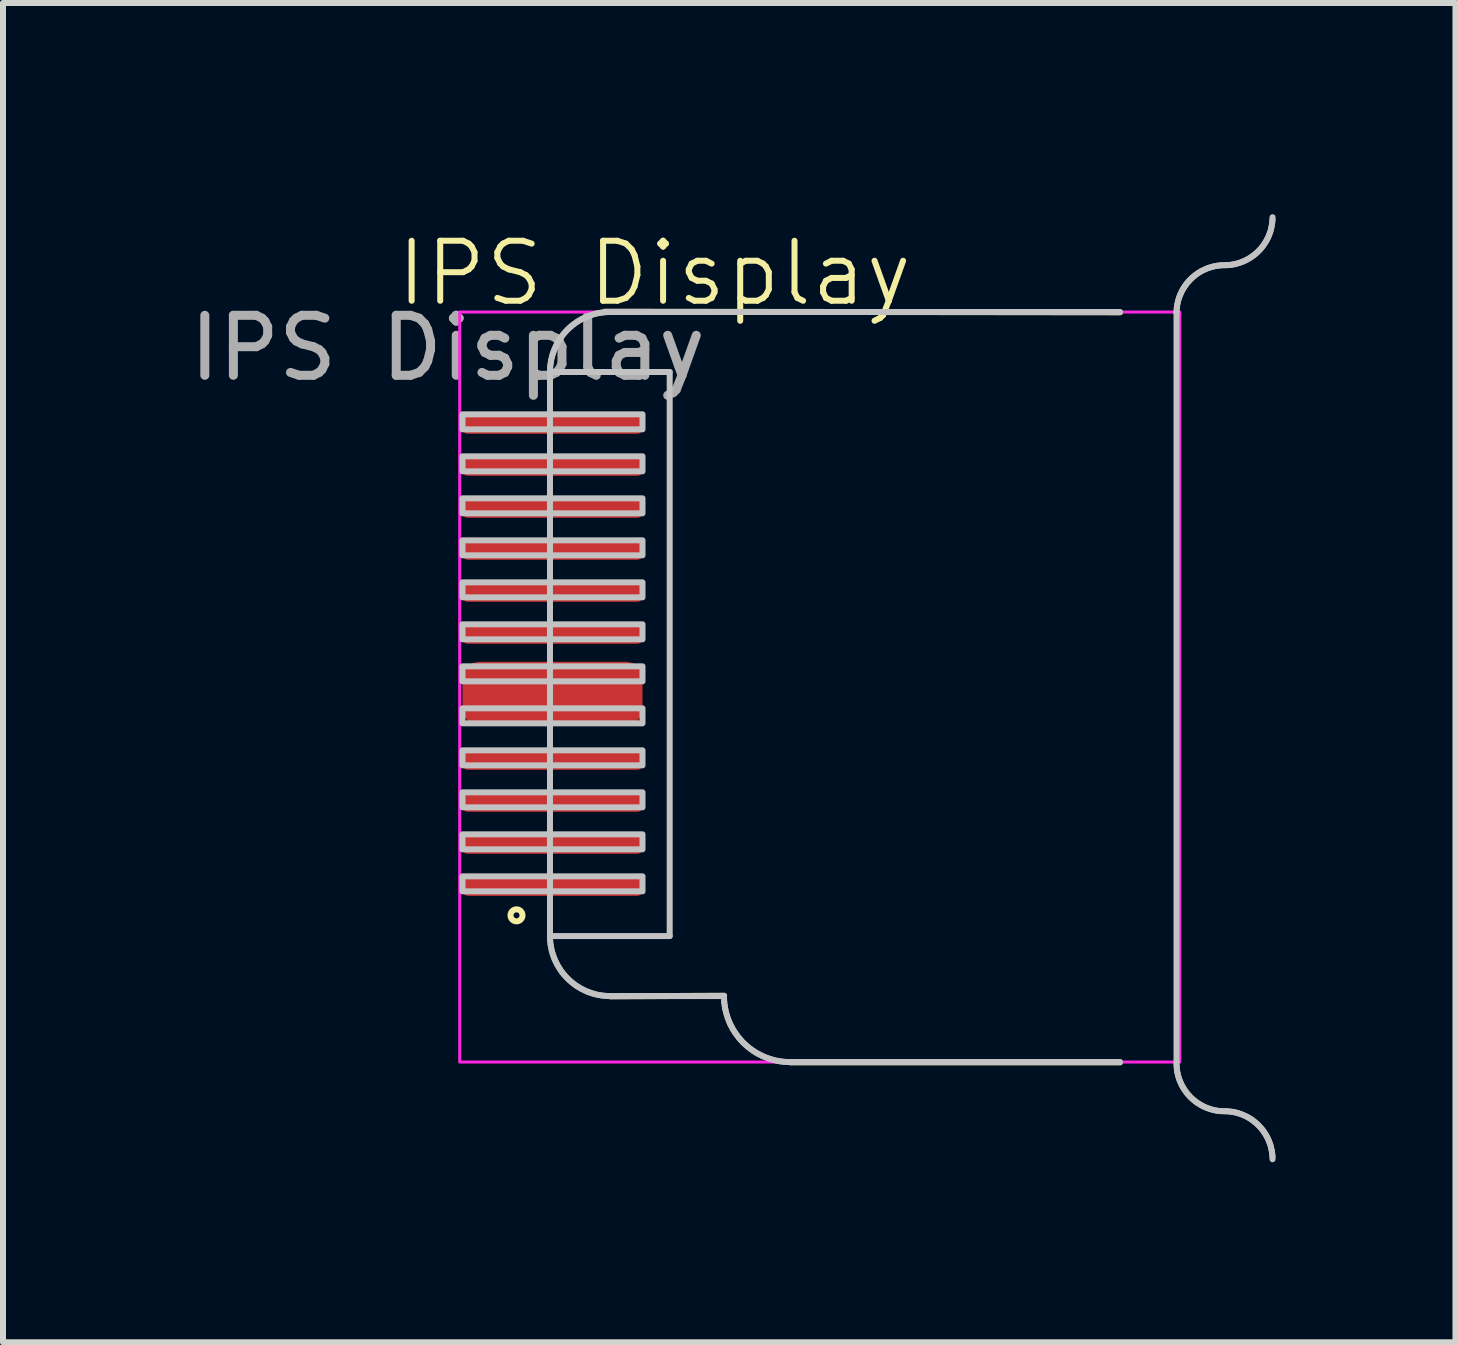
<source format=kicad_pcb>
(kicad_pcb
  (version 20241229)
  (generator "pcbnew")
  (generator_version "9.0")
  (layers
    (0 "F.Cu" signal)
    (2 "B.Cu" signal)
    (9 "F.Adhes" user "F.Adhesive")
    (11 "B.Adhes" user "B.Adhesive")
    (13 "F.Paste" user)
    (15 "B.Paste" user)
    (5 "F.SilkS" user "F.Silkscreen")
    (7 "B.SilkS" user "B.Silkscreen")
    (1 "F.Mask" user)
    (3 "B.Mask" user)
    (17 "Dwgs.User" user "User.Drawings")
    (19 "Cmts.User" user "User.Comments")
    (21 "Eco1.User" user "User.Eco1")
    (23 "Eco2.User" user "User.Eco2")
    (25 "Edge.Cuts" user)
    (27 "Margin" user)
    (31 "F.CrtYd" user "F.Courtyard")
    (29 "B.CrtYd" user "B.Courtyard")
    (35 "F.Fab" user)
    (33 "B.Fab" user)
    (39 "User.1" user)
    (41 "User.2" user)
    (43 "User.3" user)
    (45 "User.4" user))
  (footprint "IPS Display"
    (layer "F.Cu")
    (at 4.411 0.25)
    (property "Reference" "IPS Display" (at 3.447 1.255 0) (unlocked yes) (layer "F.SilkS") (effects (font (size 1 1) (thickness 0.1))))
    (attr smd)
    (fp_rect (start 0.247 3.58) (end 3.247 11.63) (stroke (width 0.1) (type solid)) (fill yes) (layer "F.Mask"))
    (fp_line (start 4.607 13.295) (end 2.707 13.305) (stroke (width 0.1) (type default)) (layer "F.SilkS"))
    (fp_line (start 11.207 1.905) (end 2.617 1.895) (stroke (width 0.1) (type default)) (layer "F.SilkS"))
    (fp_line (start 11.207 14.405) (end 5.707 14.405) (stroke (width 0.1) (type default)) (layer "F.SilkS"))
    (fp_circle (center 1.147 11.955) (end 1.147 12.055) (stroke (width 0.1) (type default)) (fill no) (layer "F.SilkS"))
    (fp_line (start 1.705 2.9) (end 1.706 2.849) (stroke (width 0.1) (type solid)) (layer "Dwgs.User"))
    (fp_line (start 1.705 2.9) (end 3.7 2.9) (stroke (width 0.1) (type solid)) (layer "Dwgs.User"))
    (fp_line (start 1.705 12.3) (end 1.705 2.9) (stroke (width 0.1) (type solid)) (layer "Dwgs.User"))
    (fp_line (start 1.705 12.3) (end 3.7 12.3) (stroke (width 0.1) (type solid)) (layer "Dwgs.User"))
    (fp_line (start 1.706 12.35) (end 1.705 12.3) (stroke (width 0.1) (type solid)) (layer "Dwgs.User"))
    (fp_line (start 1.706 2.849) (end 1.71 2.798) (stroke (width 0.1) (type solid)) (layer "Dwgs.User"))
    (fp_line (start 1.71 12.399) (end 1.706 12.35) (stroke (width 0.1) (type solid)) (layer "Dwgs.User"))
    (fp_line (start 1.71 2.798) (end 1.717 2.748) (stroke (width 0.1) (type solid)) (layer "Dwgs.User"))
    (fp_line (start 1.716 12.448) (end 1.71 12.399) (stroke (width 0.1) (type solid)) (layer "Dwgs.User"))
    (fp_line (start 1.717 2.748) (end 1.725 2.698) (stroke (width 0.1) (type solid)) (layer "Dwgs.User"))
    (fp_line (start 1.724 12.496) (end 1.716 12.448) (stroke (width 0.1) (type solid)) (layer "Dwgs.User"))
    (fp_line (start 1.725 2.698) (end 1.737 2.65) (stroke (width 0.1) (type solid)) (layer "Dwgs.User"))
    (fp_line (start 1.735 12.544) (end 1.724 12.496) (stroke (width 0.1) (type solid)) (layer "Dwgs.User"))
    (fp_line (start 1.737 2.65) (end 1.75 2.603) (stroke (width 0.1) (type solid)) (layer "Dwgs.User"))
    (fp_line (start 1.748 12.591) (end 1.735 12.544) (stroke (width 0.1) (type solid)) (layer "Dwgs.User"))
    (fp_line (start 1.75 2.603) (end 1.766 2.556) (stroke (width 0.1) (type solid)) (layer "Dwgs.User"))
    (fp_line (start 1.764 12.637) (end 1.748 12.591) (stroke (width 0.1) (type solid)) (layer "Dwgs.User"))
    (fp_line (start 1.766 2.556) (end 1.784 2.511) (stroke (width 0.1) (type solid)) (layer "Dwgs.User"))
    (fp_line (start 1.781 12.683) (end 1.764 12.637) (stroke (width 0.1) (type solid)) (layer "Dwgs.User"))
    (fp_line (start 1.784 2.511) (end 1.804 2.466) (stroke (width 0.1) (type solid)) (layer "Dwgs.User"))
    (fp_line (start 1.801 12.727) (end 1.781 12.683) (stroke (width 0.1) (type solid)) (layer "Dwgs.User"))
    (fp_line (start 1.804 2.466) (end 1.826 2.423) (stroke (width 0.1) (type solid)) (layer "Dwgs.User"))
    (fp_line (start 1.823 12.771) (end 1.801 12.727) (stroke (width 0.1) (type solid)) (layer "Dwgs.User"))
    (fp_line (start 1.826 2.423) (end 1.85 2.381) (stroke (width 0.1) (type solid)) (layer "Dwgs.User"))
    (fp_line (start 1.847 12.813) (end 1.823 12.771) (stroke (width 0.1) (type solid)) (layer "Dwgs.User"))
    (fp_line (start 1.85 2.381) (end 1.876 2.341) (stroke (width 0.1) (type solid)) (layer "Dwgs.User"))
    (fp_line (start 1.873 12.855) (end 1.847 12.813) (stroke (width 0.1) (type solid)) (layer "Dwgs.User"))
    (fp_line (start 1.876 2.341) (end 1.904 2.302) (stroke (width 0.1) (type solid)) (layer "Dwgs.User"))
    (fp_line (start 1.901 12.895) (end 1.873 12.855) (stroke (width 0.1) (type solid)) (layer "Dwgs.User"))
    (fp_line (start 1.904 2.302) (end 1.933 2.264) (stroke (width 0.1) (type solid)) (layer "Dwgs.User"))
    (fp_line (start 1.931 12.934) (end 1.901 12.895) (stroke (width 0.1) (type solid)) (layer "Dwgs.User"))
    (fp_line (start 1.933 2.264) (end 1.965 2.228) (stroke (width 0.1) (type solid)) (layer "Dwgs.User"))
    (fp_line (start 1.964 12.971) (end 1.931 12.934) (stroke (width 0.1) (type solid)) (layer "Dwgs.User"))
    (fp_line (start 1.965 2.228) (end 1.998 2.193) (stroke (width 0.1) (type solid)) (layer "Dwgs.User"))
    (fp_line (start 1.998 2.193) (end 2.033 2.16) (stroke (width 0.1) (type solid)) (layer "Dwgs.User"))
    (fp_line (start 1.998 13.007) (end 1.964 12.971) (stroke (width 0.1) (type solid)) (layer "Dwgs.User"))
    (fp_line (start 2.033 2.16) (end 2.069 2.128) (stroke (width 0.1) (type solid)) (layer "Dwgs.User"))
    (fp_line (start 2.034 13.041) (end 1.998 13.007) (stroke (width 0.1) (type solid)) (layer "Dwgs.User"))
    (fp_line (start 2.069 2.128) (end 2.107 2.099) (stroke (width 0.1) (type solid)) (layer "Dwgs.User"))
    (fp_line (start 2.071 13.073) (end 2.034 13.041) (stroke (width 0.1) (type solid)) (layer "Dwgs.User"))
    (fp_line (start 2.107 2.099) (end 2.146 2.071) (stroke (width 0.1) (type solid)) (layer "Dwgs.User"))
    (fp_line (start 2.11 13.104) (end 2.071 13.073) (stroke (width 0.1) (type solid)) (layer "Dwgs.User"))
    (fp_line (start 2.146 2.071) (end 2.186 2.045) (stroke (width 0.1) (type solid)) (layer "Dwgs.User"))
    (fp_line (start 2.15 13.132) (end 2.11 13.104) (stroke (width 0.1) (type solid)) (layer "Dwgs.User"))
    (fp_line (start 2.186 2.045) (end 2.228 2.021) (stroke (width 0.1) (type solid)) (layer "Dwgs.User"))
    (fp_line (start 2.192 13.158) (end 2.15 13.132) (stroke (width 0.1) (type solid)) (layer "Dwgs.User"))
    (fp_line (start 2.228 2.021) (end 2.271 1.999) (stroke (width 0.1) (type solid)) (layer "Dwgs.User"))
    (fp_line (start 2.234 13.182) (end 2.192 13.158) (stroke (width 0.1) (type solid)) (layer "Dwgs.User"))
    (fp_line (start 2.271 1.999) (end 2.316 1.979) (stroke (width 0.1) (type solid)) (layer "Dwgs.User"))
    (fp_line (start 2.278 13.204) (end 2.234 13.182) (stroke (width 0.1) (type solid)) (layer "Dwgs.User"))
    (fp_line (start 2.316 1.979) (end 2.361 1.961) (stroke (width 0.1) (type solid)) (layer "Dwgs.User"))
    (fp_line (start 2.322 13.224) (end 2.278 13.204) (stroke (width 0.1) (type solid)) (layer "Dwgs.User"))
    (fp_line (start 2.361 1.961) (end 2.408 1.945) (stroke (width 0.1) (type solid)) (layer "Dwgs.User"))
    (fp_line (start 2.368 13.241) (end 2.322 13.224) (stroke (width 0.1) (type solid)) (layer "Dwgs.User"))
    (fp_line (start 2.408 1.945) (end 2.455 1.931) (stroke (width 0.1) (type solid)) (layer "Dwgs.User"))
    (fp_line (start 2.414 13.257) (end 2.368 13.241) (stroke (width 0.1) (type solid)) (layer "Dwgs.User"))
    (fp_line (start 2.455 1.931) (end 2.503 1.92) (stroke (width 0.1) (type solid)) (layer "Dwgs.User"))
    (fp_line (start 2.461 13.27) (end 2.414 13.257) (stroke (width 0.1) (type solid)) (layer "Dwgs.User"))
    (fp_line (start 2.503 1.92) (end 2.553 1.912) (stroke (width 0.1) (type solid)) (layer "Dwgs.User"))
    (fp_line (start 2.509 13.281) (end 2.461 13.27) (stroke (width 0.1) (type solid)) (layer "Dwgs.User"))
    (fp_line (start 2.553 1.912) (end 2.603 1.905) (stroke (width 0.1) (type solid)) (layer "Dwgs.User"))
    (fp_line (start 2.557 13.289) (end 2.509 13.281) (stroke (width 0.1) (type solid)) (layer "Dwgs.User"))
    (fp_line (start 2.603 1.905) (end 2.654 1.901) (stroke (width 0.1) (type solid)) (layer "Dwgs.User"))
    (fp_line (start 2.606 13.295) (end 2.557 13.289) (stroke (width 0.1) (type solid)) (layer "Dwgs.User"))
    (fp_line (start 2.654 1.901) (end 2.705 1.9) (stroke (width 0.1) (type solid)) (layer "Dwgs.User"))
    (fp_line (start 2.655 13.299) (end 2.606 13.295) (stroke (width 0.1) (type solid)) (layer "Dwgs.User"))
    (fp_line (start 2.705 1.9) (end 11.205 1.9) (stroke (width 0.1) (type solid)) (layer "Dwgs.User"))
    (fp_line (start 2.705 13.3) (end 2.655 13.299) (stroke (width 0.1) (type solid)) (layer "Dwgs.User"))
    (fp_line (start 2.705 13.3) (end 4.605 13.3) (stroke (width 0.1) (type solid)) (layer "Dwgs.User"))
    (fp_line (start 3.7 2.9) (end 3.7 12.3) (stroke (width 0.1) (type solid)) (layer "Dwgs.User"))
    (fp_line (start 4.605 13.3) (end 4.605 13.3) (stroke (width 0.1) (type solid)) (layer "Dwgs.User"))
    (fp_line (start 4.606 13.354) (end 4.605 13.3) (stroke (width 0.1) (type solid)) (layer "Dwgs.User"))
    (fp_line (start 4.61 13.409) (end 4.606 13.354) (stroke (width 0.1) (type solid)) (layer "Dwgs.User"))
    (fp_line (start 4.617 13.462) (end 4.61 13.409) (stroke (width 0.1) (type solid)) (layer "Dwgs.User"))
    (fp_line (start 4.626 13.515) (end 4.617 13.462) (stroke (width 0.1) (type solid)) (layer "Dwgs.User"))
    (fp_line (start 4.638 13.568) (end 4.626 13.515) (stroke (width 0.1) (type solid)) (layer "Dwgs.User"))
    (fp_line (start 4.653 13.62) (end 4.638 13.568) (stroke (width 0.1) (type solid)) (layer "Dwgs.User"))
    (fp_line (start 4.669 13.671) (end 4.653 13.62) (stroke (width 0.1) (type solid)) (layer "Dwgs.User"))
    (fp_line (start 4.689 13.721) (end 4.669 13.671) (stroke (width 0.1) (type solid)) (layer "Dwgs.User"))
    (fp_line (start 4.71 13.77) (end 4.689 13.721) (stroke (width 0.1) (type solid)) (layer "Dwgs.User"))
    (fp_line (start 4.735 13.818) (end 4.71 13.77) (stroke (width 0.1) (type solid)) (layer "Dwgs.User"))
    (fp_line (start 4.761 13.865) (end 4.735 13.818) (stroke (width 0.1) (type solid)) (layer "Dwgs.User"))
    (fp_line (start 4.79 13.91) (end 4.761 13.865) (stroke (width 0.1) (type solid)) (layer "Dwgs.User"))
    (fp_line (start 4.821 13.954) (end 4.79 13.91) (stroke (width 0.1) (type solid)) (layer "Dwgs.User"))
    (fp_line (start 4.854 13.997) (end 4.821 13.954) (stroke (width 0.1) (type solid)) (layer "Dwgs.User"))
    (fp_line (start 4.89 14.038) (end 4.854 13.997) (stroke (width 0.1) (type solid)) (layer "Dwgs.User"))
    (fp_line (start 4.927 14.078) (end 4.89 14.038) (stroke (width 0.1) (type solid)) (layer "Dwgs.User"))
    (fp_line (start 4.967 14.115) (end 4.927 14.078) (stroke (width 0.1) (type solid)) (layer "Dwgs.User"))
    (fp_line (start 5.008 14.151) (end 4.967 14.115) (stroke (width 0.1) (type solid)) (layer "Dwgs.User"))
    (fp_line (start 5.051 14.184) (end 5.008 14.151) (stroke (width 0.1) (type solid)) (layer "Dwgs.User"))
    (fp_line (start 5.095 14.215) (end 5.051 14.184) (stroke (width 0.1) (type solid)) (layer "Dwgs.User"))
    (fp_line (start 5.14 14.244) (end 5.095 14.215) (stroke (width 0.1) (type solid)) (layer "Dwgs.User"))
    (fp_line (start 5.187 14.27) (end 5.14 14.244) (stroke (width 0.1) (type solid)) (layer "Dwgs.User"))
    (fp_line (start 5.235 14.294) (end 5.187 14.27) (stroke (width 0.1) (type solid)) (layer "Dwgs.User"))
    (fp_line (start 5.284 14.316) (end 5.235 14.294) (stroke (width 0.1) (type solid)) (layer "Dwgs.User"))
    (fp_line (start 5.334 14.335) (end 5.284 14.316) (stroke (width 0.1) (type solid)) (layer "Dwgs.User"))
    (fp_line (start 5.385 14.352) (end 5.334 14.335) (stroke (width 0.1) (type solid)) (layer "Dwgs.User"))
    (fp_line (start 5.437 14.367) (end 5.385 14.352) (stroke (width 0.1) (type solid)) (layer "Dwgs.User"))
    (fp_line (start 5.489 14.379) (end 5.437 14.367) (stroke (width 0.1) (type solid)) (layer "Dwgs.User"))
    (fp_line (start 5.543 14.388) (end 5.489 14.379) (stroke (width 0.1) (type solid)) (layer "Dwgs.User"))
    (fp_line (start 5.596 14.395) (end 5.543 14.388) (stroke (width 0.1) (type solid)) (layer "Dwgs.User"))
    (fp_line (start 5.65 14.399) (end 5.596 14.395) (stroke (width 0.1) (type solid)) (layer "Dwgs.User"))
    (fp_line (start 5.705 14.4) (end 11.205 14.4) (stroke (width 0.1) (type solid)) (layer "Dwgs.User"))
    (fp_line (start 5.705 14.4) (end 5.65 14.399) (stroke (width 0.1) (type solid)) (layer "Dwgs.User"))
    (fp_line (start 12.147 1.92) (end 12.147 14.42) (stroke (width 0.1) (type solid)) (layer "Dwgs.User"))
    (fp_line (start 12.147 14.42) (end 12.148 14.461) (stroke (width 0.1) (type solid)) (layer "Dwgs.User"))
    (fp_line (start 12.148 14.461) (end 12.151 14.502) (stroke (width 0.1) (type solid)) (layer "Dwgs.User"))
    (fp_line (start 12.148 1.879) (end 12.147 1.92) (stroke (width 0.1) (type solid)) (layer "Dwgs.User"))
    (fp_line (start 12.151 14.502) (end 12.156 14.542) (stroke (width 0.1) (type solid)) (layer "Dwgs.User"))
    (fp_line (start 12.151 1.838) (end 12.148 1.879) (stroke (width 0.1) (type solid)) (layer "Dwgs.User"))
    (fp_line (start 12.156 14.542) (end 12.163 14.581) (stroke (width 0.1) (type solid)) (layer "Dwgs.User"))
    (fp_line (start 12.156 1.798) (end 12.151 1.838) (stroke (width 0.1) (type solid)) (layer "Dwgs.User"))
    (fp_line (start 12.163 14.581) (end 12.172 14.62) (stroke (width 0.1) (type solid)) (layer "Dwgs.User"))
    (fp_line (start 12.163 1.759) (end 12.156 1.798) (stroke (width 0.1) (type solid)) (layer "Dwgs.User"))
    (fp_line (start 12.172 14.62) (end 12.183 14.658) (stroke (width 0.1) (type solid)) (layer "Dwgs.User"))
    (fp_line (start 12.172 1.72) (end 12.163 1.759) (stroke (width 0.1) (type solid)) (layer "Dwgs.User"))
    (fp_line (start 12.183 14.658) (end 12.195 14.695) (stroke (width 0.1) (type solid)) (layer "Dwgs.User"))
    (fp_line (start 12.183 1.682) (end 12.172 1.72) (stroke (width 0.1) (type solid)) (layer "Dwgs.User"))
    (fp_line (start 12.195 14.695) (end 12.21 14.731) (stroke (width 0.1) (type solid)) (layer "Dwgs.User"))
    (fp_line (start 12.195 1.645) (end 12.183 1.682) (stroke (width 0.1) (type solid)) (layer "Dwgs.User"))
    (fp_line (start 12.21 14.731) (end 12.226 14.767) (stroke (width 0.1) (type solid)) (layer "Dwgs.User"))
    (fp_line (start 12.21 1.609) (end 12.195 1.645) (stroke (width 0.1) (type solid)) (layer "Dwgs.User"))
    (fp_line (start 12.226 14.767) (end 12.243 14.801) (stroke (width 0.1) (type solid)) (layer "Dwgs.User"))
    (fp_line (start 12.226 1.573) (end 12.21 1.609) (stroke (width 0.1) (type solid)) (layer "Dwgs.User"))
    (fp_line (start 12.243 14.801) (end 12.263 14.835) (stroke (width 0.1) (type solid)) (layer "Dwgs.User"))
    (fp_line (start 12.243 1.539) (end 12.226 1.573) (stroke (width 0.1) (type solid)) (layer "Dwgs.User"))
    (fp_line (start 12.263 14.835) (end 12.283 14.867) (stroke (width 0.1) (type solid)) (layer "Dwgs.User"))
    (fp_line (start 12.263 1.505) (end 12.243 1.539) (stroke (width 0.1) (type solid)) (layer "Dwgs.User"))
    (fp_line (start 12.283 14.867) (end 12.306 14.898) (stroke (width 0.1) (type solid)) (layer "Dwgs.User"))
    (fp_line (start 12.283 1.473) (end 12.263 1.505) (stroke (width 0.1) (type solid)) (layer "Dwgs.User"))
    (fp_line (start 12.306 14.898) (end 12.329 14.929) (stroke (width 0.1) (type solid)) (layer "Dwgs.User"))
    (fp_line (start 12.306 1.441) (end 12.283 1.473) (stroke (width 0.1) (type solid)) (layer "Dwgs.User"))
    (fp_line (start 12.329 14.929) (end 12.355 14.958) (stroke (width 0.1) (type solid)) (layer "Dwgs.User"))
    (fp_line (start 12.329 1.411) (end 12.306 1.441) (stroke (width 0.1) (type solid)) (layer "Dwgs.User"))
    (fp_line (start 12.355 14.958) (end 12.381 14.986) (stroke (width 0.1) (type solid)) (layer "Dwgs.User"))
    (fp_line (start 12.355 1.382) (end 12.329 1.411) (stroke (width 0.1) (type solid)) (layer "Dwgs.User"))
    (fp_line (start 12.381 14.986) (end 12.409 15.012) (stroke (width 0.1) (type solid)) (layer "Dwgs.User"))
    (fp_line (start 12.381 1.354) (end 12.355 1.382) (stroke (width 0.1) (type solid)) (layer "Dwgs.User"))
    (fp_line (start 12.409 15.012) (end 12.438 15.037) (stroke (width 0.1) (type solid)) (layer "Dwgs.User"))
    (fp_line (start 12.409 1.328) (end 12.381 1.354) (stroke (width 0.1) (type solid)) (layer "Dwgs.User"))
    (fp_line (start 12.438 15.037) (end 12.468 15.061) (stroke (width 0.1) (type solid)) (layer "Dwgs.User"))
    (fp_line (start 12.438 1.303) (end 12.409 1.328) (stroke (width 0.1) (type solid)) (layer "Dwgs.User"))
    (fp_line (start 12.468 15.061) (end 12.499 15.083) (stroke (width 0.1) (type solid)) (layer "Dwgs.User"))
    (fp_line (start 12.468 1.279) (end 12.438 1.303) (stroke (width 0.1) (type solid)) (layer "Dwgs.User"))
    (fp_line (start 12.499 15.083) (end 12.532 15.104) (stroke (width 0.1) (type solid)) (layer "Dwgs.User"))
    (fp_line (start 12.499 1.257) (end 12.468 1.279) (stroke (width 0.1) (type solid)) (layer "Dwgs.User"))
    (fp_line (start 12.532 15.104) (end 12.565 15.123) (stroke (width 0.1) (type solid)) (layer "Dwgs.User"))
    (fp_line (start 12.532 1.236) (end 12.499 1.257) (stroke (width 0.1) (type solid)) (layer "Dwgs.User"))
    (fp_line (start 12.565 15.123) (end 12.6 15.141) (stroke (width 0.1) (type solid)) (layer "Dwgs.User"))
    (fp_line (start 12.565 1.216) (end 12.532 1.236) (stroke (width 0.1) (type solid)) (layer "Dwgs.User"))
    (fp_line (start 12.6 15.141) (end 12.635 15.157) (stroke (width 0.1) (type solid)) (layer "Dwgs.User"))
    (fp_line (start 12.6 1.199) (end 12.565 1.216) (stroke (width 0.1) (type solid)) (layer "Dwgs.User"))
    (fp_line (start 12.635 15.157) (end 12.672 15.171) (stroke (width 0.1) (type solid)) (layer "Dwgs.User"))
    (fp_line (start 12.635 1.183) (end 12.6 1.199) (stroke (width 0.1) (type solid)) (layer "Dwgs.User"))
    (fp_line (start 12.672 15.171) (end 12.709 15.184) (stroke (width 0.1) (type solid)) (layer "Dwgs.User"))
    (fp_line (start 12.672 1.168) (end 12.635 1.183) (stroke (width 0.1) (type solid)) (layer "Dwgs.User"))
    (fp_line (start 12.709 15.184) (end 12.747 15.195) (stroke (width 0.1) (type solid)) (layer "Dwgs.User"))
    (fp_line (start 12.709 1.156) (end 12.672 1.168) (stroke (width 0.1) (type solid)) (layer "Dwgs.User"))
    (fp_line (start 12.747 15.195) (end 12.785 15.204) (stroke (width 0.1) (type solid)) (layer "Dwgs.User"))
    (fp_line (start 12.747 1.145) (end 12.709 1.156) (stroke (width 0.1) (type solid)) (layer "Dwgs.User"))
    (fp_line (start 12.785 15.204) (end 12.825 15.211) (stroke (width 0.1) (type solid)) (layer "Dwgs.User"))
    (fp_line (start 12.786 1.136) (end 12.747 1.145) (stroke (width 0.1) (type solid)) (layer "Dwgs.User"))
    (fp_line (start 12.825 15.211) (end 12.865 15.216) (stroke (width 0.1) (type solid)) (layer "Dwgs.User"))
    (fp_line (start 12.825 1.129) (end 12.786 1.136) (stroke (width 0.1) (type solid)) (layer "Dwgs.User"))
    (fp_line (start 12.865 15.216) (end 12.906 15.219) (stroke (width 0.1) (type solid)) (layer "Dwgs.User"))
    (fp_line (start 12.865 1.124) (end 12.825 1.129) (stroke (width 0.1) (type solid)) (layer "Dwgs.User"))
    (fp_line (start 12.906 15.219) (end 12.947 15.22) (stroke (width 0.1) (type solid)) (layer "Dwgs.User"))
    (fp_line (start 12.906 1.121) (end 12.865 1.124) (stroke (width 0.1) (type solid)) (layer "Dwgs.User"))
    (fp_line (start 12.947 1.12) (end 12.906 1.121) (stroke (width 0.1) (type solid)) (layer "Dwgs.User"))
    (fp_line (start 12.947 1.12) (end 12.988 1.119) (stroke (width 0.1) (type solid)) (layer "Dwgs.User"))
    (fp_line (start 12.988 1.119) (end 13.029 1.116) (stroke (width 0.1) (type solid)) (layer "Dwgs.User"))
    (fp_line (start 12.988 15.221) (end 12.947 15.22) (stroke (width 0.1) (type solid)) (layer "Dwgs.User"))
    (fp_line (start 13.029 1.116) (end 13.069 1.111) (stroke (width 0.1) (type solid)) (layer "Dwgs.User"))
    (fp_line (start 13.029 15.224) (end 12.988 15.221) (stroke (width 0.1) (type solid)) (layer "Dwgs.User"))
    (fp_line (start 13.069 1.111) (end 13.108 1.104) (stroke (width 0.1) (type solid)) (layer "Dwgs.User"))
    (fp_line (start 13.069 15.229) (end 13.029 15.224) (stroke (width 0.1) (type solid)) (layer "Dwgs.User"))
    (fp_line (start 13.108 1.104) (end 13.147 1.095) (stroke (width 0.1) (type solid)) (layer "Dwgs.User"))
    (fp_line (start 13.108 15.236) (end 13.069 15.229) (stroke (width 0.1) (type solid)) (layer "Dwgs.User"))
    (fp_line (start 13.147 1.095) (end 13.185 1.084) (stroke (width 0.1) (type solid)) (layer "Dwgs.User"))
    (fp_line (start 13.147 15.245) (end 13.108 15.236) (stroke (width 0.1) (type solid)) (layer "Dwgs.User"))
    (fp_line (start 13.185 1.084) (end 13.222 1.071) (stroke (width 0.1) (type solid)) (layer "Dwgs.User"))
    (fp_line (start 13.185 15.256) (end 13.147 15.245) (stroke (width 0.1) (type solid)) (layer "Dwgs.User"))
    (fp_line (start 13.222 1.071) (end 13.258 1.057) (stroke (width 0.1) (type solid)) (layer "Dwgs.User"))
    (fp_line (start 13.222 15.268) (end 13.185 15.256) (stroke (width 0.1) (type solid)) (layer "Dwgs.User"))
    (fp_line (start 13.258 1.057) (end 13.294 1.041) (stroke (width 0.1) (type solid)) (layer "Dwgs.User"))
    (fp_line (start 13.258 15.283) (end 13.222 15.268) (stroke (width 0.1) (type solid)) (layer "Dwgs.User"))
    (fp_line (start 13.294 1.041) (end 13.328 1.023) (stroke (width 0.1) (type solid)) (layer "Dwgs.User"))
    (fp_line (start 13.294 15.299) (end 13.258 15.283) (stroke (width 0.1) (type solid)) (layer "Dwgs.User"))
    (fp_line (start 13.328 1.023) (end 13.362 1.004) (stroke (width 0.1) (type solid)) (layer "Dwgs.User"))
    (fp_line (start 13.328 15.316) (end 13.294 15.299) (stroke (width 0.1) (type solid)) (layer "Dwgs.User"))
    (fp_line (start 13.362 1.004) (end 13.394 0.983) (stroke (width 0.1) (type solid)) (layer "Dwgs.User"))
    (fp_line (start 13.362 15.336) (end 13.328 15.316) (stroke (width 0.1) (type solid)) (layer "Dwgs.User"))
    (fp_line (start 13.394 0.983) (end 13.425 0.961) (stroke (width 0.1) (type solid)) (layer "Dwgs.User"))
    (fp_line (start 13.394 15.356) (end 13.362 15.336) (stroke (width 0.1) (type solid)) (layer "Dwgs.User"))
    (fp_line (start 13.425 0.961) (end 13.456 0.937) (stroke (width 0.1) (type solid)) (layer "Dwgs.User"))
    (fp_line (start 13.425 15.379) (end 13.394 15.356) (stroke (width 0.1) (type solid)) (layer "Dwgs.User"))
    (fp_line (start 13.456 0.937) (end 13.485 0.912) (stroke (width 0.1) (type solid)) (layer "Dwgs.User"))
    (fp_line (start 13.456 15.403) (end 13.425 15.379) (stroke (width 0.1) (type solid)) (layer "Dwgs.User"))
    (fp_line (start 13.485 0.912) (end 13.512 0.886) (stroke (width 0.1) (type solid)) (layer "Dwgs.User"))
    (fp_line (start 13.485 15.428) (end 13.456 15.403) (stroke (width 0.1) (type solid)) (layer "Dwgs.User"))
    (fp_line (start 13.512 0.886) (end 13.539 0.858) (stroke (width 0.1) (type solid)) (layer "Dwgs.User"))
    (fp_line (start 13.512 15.454) (end 13.485 15.428) (stroke (width 0.1) (type solid)) (layer "Dwgs.User"))
    (fp_line (start 13.539 0.858) (end 13.564 0.829) (stroke (width 0.1) (type solid)) (layer "Dwgs.User"))
    (fp_line (start 13.539 15.482) (end 13.512 15.454) (stroke (width 0.1) (type solid)) (layer "Dwgs.User"))
    (fp_line (start 13.564 0.829) (end 13.588 0.799) (stroke (width 0.1) (type solid)) (layer "Dwgs.User"))
    (fp_line (start 13.564 15.511) (end 13.539 15.482) (stroke (width 0.1) (type solid)) (layer "Dwgs.User"))
    (fp_line (start 13.588 0.799) (end 13.61 0.767) (stroke (width 0.1) (type solid)) (layer "Dwgs.User"))
    (fp_line (start 13.588 15.541) (end 13.564 15.511) (stroke (width 0.1) (type solid)) (layer "Dwgs.User"))
    (fp_line (start 13.61 0.767) (end 13.631 0.735) (stroke (width 0.1) (type solid)) (layer "Dwgs.User"))
    (fp_line (start 13.61 15.573) (end 13.588 15.541) (stroke (width 0.1) (type solid)) (layer "Dwgs.User"))
    (fp_line (start 13.631 0.735) (end 13.65 0.701) (stroke (width 0.1) (type solid)) (layer "Dwgs.User"))
    (fp_line (start 13.631 15.605) (end 13.61 15.573) (stroke (width 0.1) (type solid)) (layer "Dwgs.User"))
    (fp_line (start 13.65 0.701) (end 13.668 0.667) (stroke (width 0.1) (type solid)) (layer "Dwgs.User"))
    (fp_line (start 13.65 15.639) (end 13.631 15.605) (stroke (width 0.1) (type solid)) (layer "Dwgs.User"))
    (fp_line (start 13.668 0.667) (end 13.684 0.631) (stroke (width 0.1) (type solid)) (layer "Dwgs.User"))
    (fp_line (start 13.668 15.673) (end 13.65 15.639) (stroke (width 0.1) (type solid)) (layer "Dwgs.User"))
    (fp_line (start 13.684 0.631) (end 13.698 0.595) (stroke (width 0.1) (type solid)) (layer "Dwgs.User"))
    (fp_line (start 13.684 15.708) (end 13.668 15.673) (stroke (width 0.1) (type solid)) (layer "Dwgs.User"))
    (fp_line (start 13.698 0.595) (end 13.711 0.558) (stroke (width 0.1) (type solid)) (layer "Dwgs.User"))
    (fp_line (start 13.698 15.745) (end 13.684 15.708) (stroke (width 0.1) (type solid)) (layer "Dwgs.User"))
    (fp_line (start 13.711 0.558) (end 13.722 0.52) (stroke (width 0.1) (type solid)) (layer "Dwgs.User"))
    (fp_line (start 13.711 15.782) (end 13.698 15.745) (stroke (width 0.1) (type solid)) (layer "Dwgs.User"))
    (fp_line (start 13.722 0.52) (end 13.73 0.481) (stroke (width 0.1) (type solid)) (layer "Dwgs.User"))
    (fp_line (start 13.722 15.82) (end 13.711 15.782) (stroke (width 0.1) (type solid)) (layer "Dwgs.User"))
    (fp_line (start 13.73 0.481) (end 13.737 0.442) (stroke (width 0.1) (type solid)) (layer "Dwgs.User"))
    (fp_line (start 13.73 15.859) (end 13.722 15.82) (stroke (width 0.1) (type solid)) (layer "Dwgs.User"))
    (fp_line (start 13.737 0.442) (end 13.743 0.402) (stroke (width 0.1) (type solid)) (layer "Dwgs.User"))
    (fp_line (start 13.737 15.898) (end 13.73 15.859) (stroke (width 0.1) (type solid)) (layer "Dwgs.User"))
    (fp_line (start 13.743 0.402) (end 13.746 0.361) (stroke (width 0.1) (type solid)) (layer "Dwgs.User"))
    (fp_line (start 13.743 15.938) (end 13.737 15.898) (stroke (width 0.1) (type solid)) (layer "Dwgs.User"))
    (fp_line (start 13.746 0.361) (end 13.747 0.32) (stroke (width 0.1) (type solid)) (layer "Dwgs.User"))
    (fp_line (start 13.746 15.979) (end 13.743 15.938) (stroke (width 0.1) (type solid)) (layer "Dwgs.User"))
    (fp_line (start 13.747 16.02) (end 13.746 15.979) (stroke (width 0.1) (type solid)) (layer "Dwgs.User"))
    (fp_poly (pts (xy 3.247 3.855) (xy 0.247 3.855) (xy 0.247 3.605) (xy 3.247 3.605)) (stroke (width 0.1) (type solid)) (fill no) (layer "Dwgs.User"))
    (fp_poly (pts (xy 3.247 4.555) (xy 0.247 4.555) (xy 0.247 4.305) (xy 3.247 4.305)) (stroke (width 0.1) (type solid)) (fill no) (layer "Dwgs.User"))
    (fp_poly (pts (xy 3.247 5.255) (xy 0.247 5.255) (xy 0.247 5.005) (xy 3.247 5.005)) (stroke (width 0.1) (type solid)) (fill no) (layer "Dwgs.User"))
    (fp_poly (pts (xy 3.247 5.955) (xy 0.247 5.955) (xy 0.247 5.705) (xy 3.247 5.705)) (stroke (width 0.1) (type solid)) (fill no) (layer "Dwgs.User"))
    (fp_poly (pts (xy 3.247 6.655) (xy 0.247 6.655) (xy 0.247 6.405) (xy 3.247 6.405)) (stroke (width 0.1) (type solid)) (fill no) (layer "Dwgs.User"))
    (fp_poly (pts (xy 3.247 7.355) (xy 0.247 7.355) (xy 0.247 7.105) (xy 3.247 7.105)) (stroke (width 0.1) (type solid)) (fill no) (layer "Dwgs.User"))
    (fp_poly (pts (xy 3.247 8.055) (xy 0.247 8.055) (xy 0.247 7.805) (xy 3.247 7.805)) (stroke (width 0.1) (type solid)) (fill no) (layer "Dwgs.User"))
    (fp_poly (pts (xy 3.247 8.755) (xy 0.247 8.755) (xy 0.247 8.505) (xy 3.247 8.505)) (stroke (width 0.1) (type solid)) (fill no) (layer "Dwgs.User"))
    (fp_poly (pts (xy 3.247 9.455) (xy 0.247 9.455) (xy 0.247 9.205) (xy 3.247 9.205)) (stroke (width 0.1) (type solid)) (fill no) (layer "Dwgs.User"))
    (fp_poly (pts (xy 3.247 10.155) (xy 0.247 10.155) (xy 0.247 9.905) (xy 3.247 9.905)) (stroke (width 0.1) (type solid)) (fill no) (layer "Dwgs.User"))
    (fp_poly (pts (xy 3.247 10.855) (xy 0.247 10.855) (xy 0.247 10.605) (xy 3.247 10.605)) (stroke (width 0.1) (type solid)) (fill no) (layer "Dwgs.User"))
    (fp_poly (pts (xy 3.247 11.555) (xy 0.247 11.555) (xy 0.247 11.305) (xy 3.247 11.305)) (stroke (width 0.1) (type solid)) (fill no) (layer "Dwgs.User"))
    (fp_rect (start 0.2 1.9) (end 12.2 14.4) (stroke (width 0.05) (type default)) (fill no) (layer "F.CrtYd"))
    (fp_text user "${REFERENCE}" (at 0 2.5 0) (unlocked yes) (layer "F.Fab") (effects (font (size 1 1) (thickness 0.15))))
    (pad "1" smd roundrect (at 1.747 3.755) (size 3 0.35) (layers "F.Cu" "F.Mask" "F.Paste") (roundrect_rratio 0.25))
    (pad "1" smd roundrect (at 1.747 8.255) (size 3 1.05) (layers "F.Cu" "F.Mask" "F.Paste") (roundrect_rratio 0.25))
    (pad "1" smd roundrect (at 1.747 11.455) (size 3 0.35) (layers "F.Cu" "F.Mask" "F.Paste") (roundrect_rratio 0.25))
    (pad "2" smd roundrect (at 1.747 10.755) (size 3 0.35) (layers "F.Cu" "F.Mask" "F.Paste") (roundrect_rratio 0.25))
    (pad "3" smd roundrect (at 1.747 10.055) (size 3 0.35) (layers "F.Cu" "F.Mask" "F.Paste") (roundrect_rratio 0.25))
    (pad "4" smd roundrect (at 1.747 9.355) (size 3 0.35) (layers "F.Cu" "F.Mask" "F.Paste") (roundrect_rratio 0.25))
    (pad "7" smd roundrect (at 1.747 7.255) (size 3 0.35) (layers "F.Cu" "F.Mask" "F.Paste") (roundrect_rratio 0.25))
    (pad "8" smd roundrect (at 1.747 6.555) (size 3 0.35) (layers "F.Cu" "F.Mask" "F.Paste") (roundrect_rratio 0.25))
    (pad "9" smd roundrect (at 1.747 5.855) (size 3 0.35) (layers "F.Cu" "F.Mask" "F.Paste") (roundrect_rratio 0.25))
    (pad "10" smd roundrect (at 1.747 5.155) (size 3 0.35) (layers "F.Cu" "F.Mask" "F.Paste") (roundrect_rratio 0.25))
    (pad "11" smd roundrect (at 1.747 4.455) (size 3 0.35) (layers "F.Cu" "F.Mask" "F.Paste") (roundrect_rratio 0.25))
    (zone (net_name "") (layer "F.Cu") (hatch edge 0.5) (connect_pads) (min_thickness 0.25) (filled_areas_thickness no) (keepout (tracks allowed) (vias not_allowed) (pads allowed) (copperpour not_allowed) (footprints not_allowed)) (placement (enabled no)) (fill) (polygon (pts (xy 8.258 2.105) (xy 8.258 13.605) (xy 4.558 13.605) (xy 4.558 2.105)))))
  (gr_rect
    (start -3 -3)
    (end 21.207 19.32)
    (stroke (width 0.1) (type default))
    (fill no)
    (layer "Edge.Cuts")))
</source>
